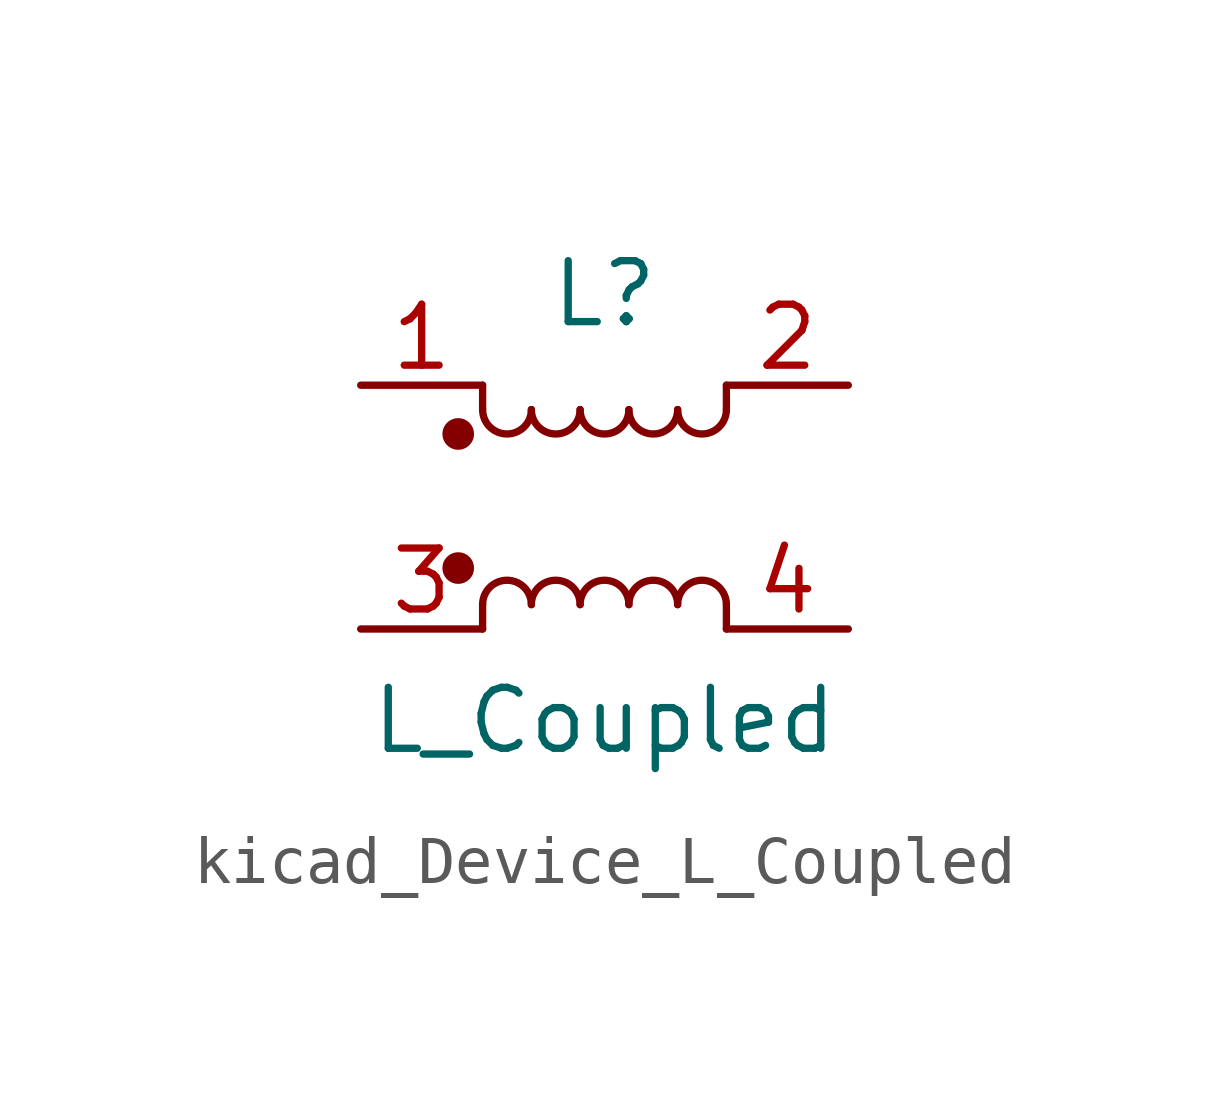
<source format=kicad_sym>
(kicad_symbol_lib
  (version 20220914)
  (generator kicad_symbol_editor)
  (symbol "kicad_Device_L_Coupled"
    (pin_names
      (offset 0.254) hide)
    (property "Reference" "L"
      (at 0 4.445 0)
      (effects (font (size 1.27 1.27))))
    (property "Value" "L_Coupled"
      (at 0 -4.445 0)
      (effects (font (size 1.27 1.27))))
    (symbol "kicad_Device_L_Coupled_0_1"
      (circle (center -3.048 -1.27) (radius 0.254) (stroke (width 0) (type default)) (fill (type outline)))
      (circle (center -3.048 1.524) (radius 0.254) (stroke (width 0) (type default)) (fill (type outline)))
      (arc (start -2.54 2.032) (mid -2.032 1.5262) (end -1.524 2.032) (stroke (width 0) (type default)) (fill (type none)))
      (arc (start -1.524 -2.032) (mid -2.032 -1.5262) (end -2.54 -2.032) (stroke (width 0) (type default)) (fill (type none)))
      (arc (start -1.524 2.032) (mid -1.016 1.5262) (end -0.508 2.032) (stroke (width 0) (type default)) (fill (type none)))
      (arc (start -0.508 -2.032) (mid -1.016 -1.5262) (end -1.524 -2.032) (stroke (width 0) (type default)) (fill (type none)))
      (arc (start -0.508 2.032) (mid 0 1.5262) (end 0.508 2.032) (stroke (width 0) (type default)) (fill (type none)))
      (polyline (pts (xy -2.54 -2.032) (xy -2.54 -2.54)) (stroke (width 0) (type default)) (fill (type none)))
      (polyline (pts (xy -2.54 2.032) (xy -2.54 2.54)) (stroke (width 0) (type default)) (fill (type none)))
      (polyline (pts (xy 2.54 -2.032) (xy 2.54 -2.54)) (stroke (width 0) (type default)) (fill (type none)))
      (polyline (pts (xy 2.54 2.54) (xy 2.54 2.032)) (stroke (width 0) (type default)) (fill (type none)))
      (arc (start 0.508 -2.032) (mid 0 -1.5262) (end -0.508 -2.032) (stroke (width 0) (type default)) (fill (type none)))
      (arc (start 0.508 2.032) (mid 1.016 1.5262) (end 1.524 2.032) (stroke (width 0) (type default)) (fill (type none)))
      (arc (start 1.524 -2.032) (mid 1.016 -1.5262) (end 0.508 -2.032) (stroke (width 0) (type default)) (fill (type none)))
      (arc (start 1.524 2.032) (mid 2.032 1.5262) (end 2.54 2.032) (stroke (width 0) (type default)) (fill (type none)))
      (arc (start 2.54 -2.032) (mid 2.032 -1.5262) (end 1.524 -2.032) (stroke (width 0) (type default)) (fill (type none))))
    (symbol "kicad_Device_L_Coupled_1_1"
      (pin passive line (at -5.08 2.54 0) (length 2.54) (name "1" (effects (font (size 1.27 1.27)))) (number "1" (effects (font (size 1.27 1.27)))))
      (pin passive line (at 5.08 2.54 180) (length 2.54) (name "2" (effects (font (size 1.27 1.27)))) (number "2" (effects (font (size 1.27 1.27)))))
      (pin passive line (at -5.08 -2.54 0) (length 2.54) (name "3" (effects (font (size 1.27 1.27)))) (number "3" (effects (font (size 1.27 1.27)))))
      (pin passive line (at 5.08 -2.54 180) (length 2.54) (name "4" (effects (font (size 1.27 1.27)))) (number "4" (effects (font (size 1.27 1.27))))))))
</source>
